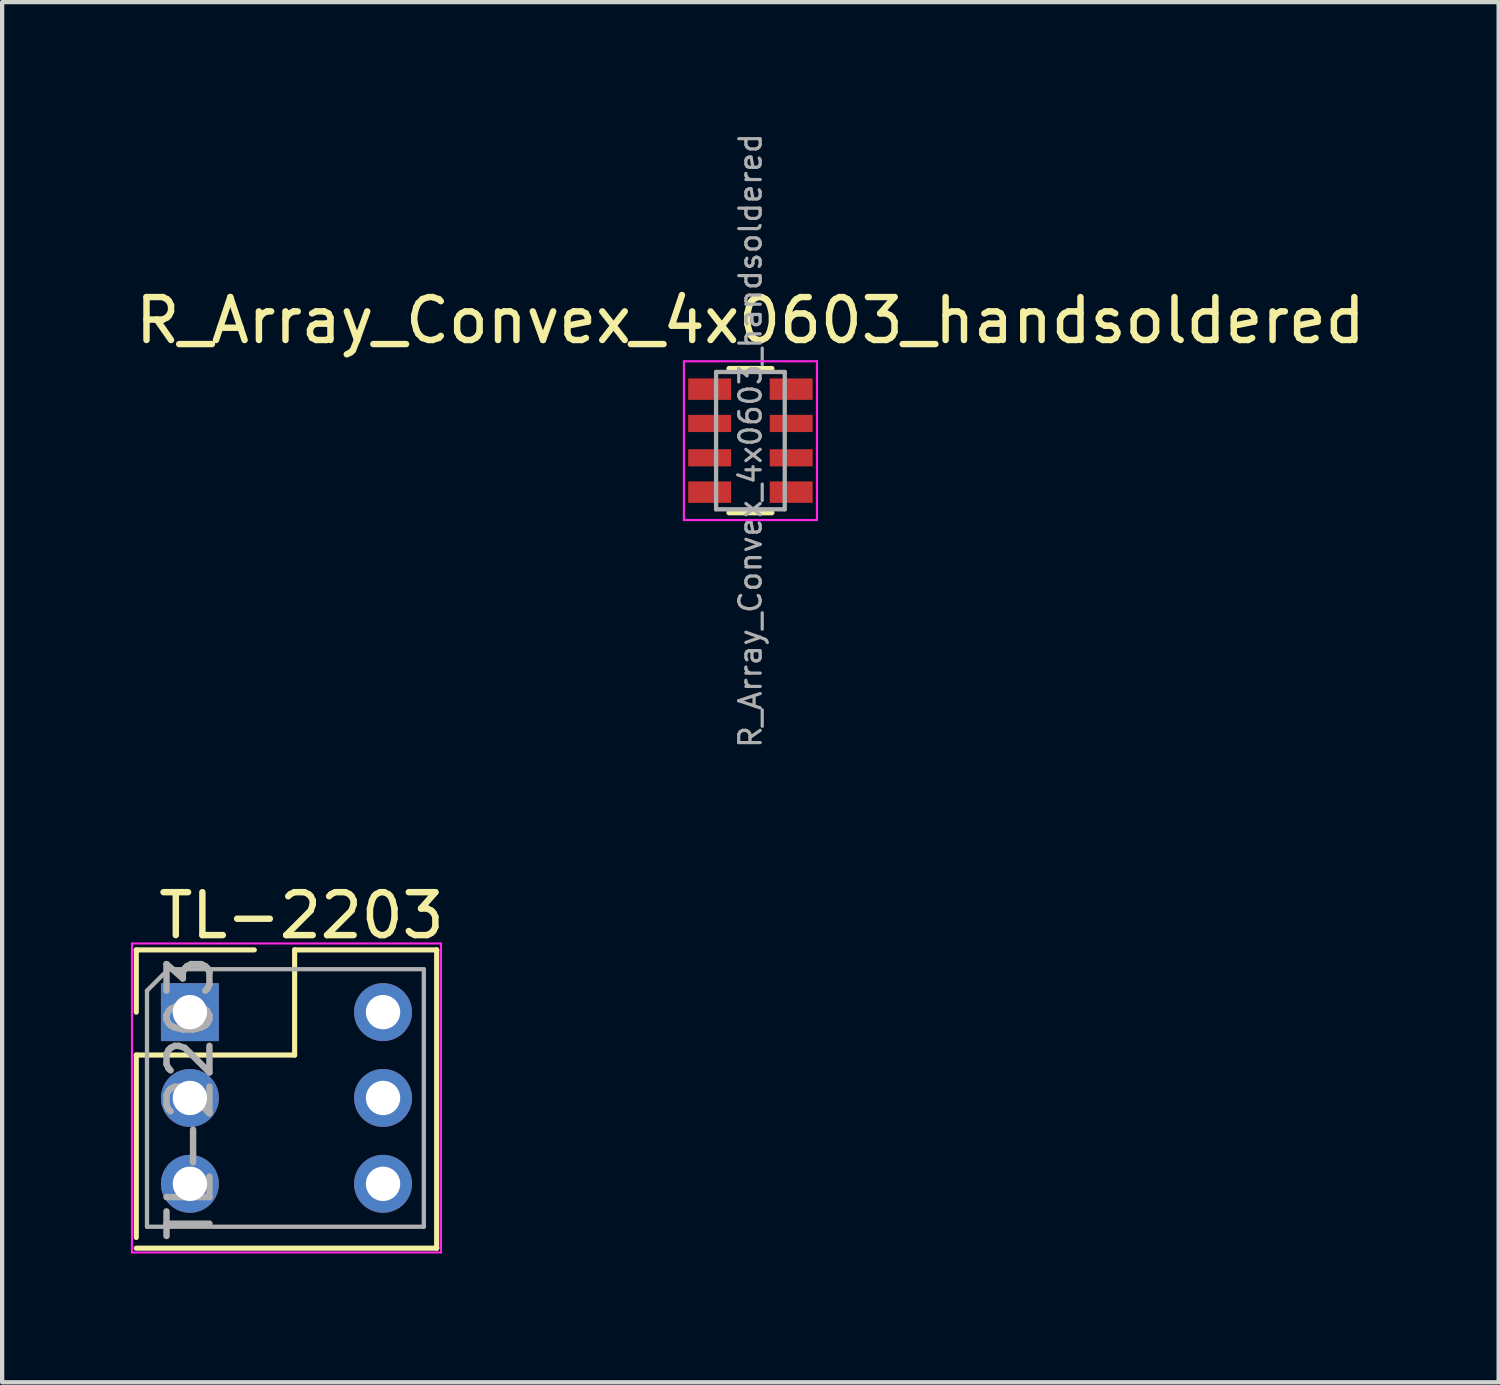
<source format=kicad_pcb>
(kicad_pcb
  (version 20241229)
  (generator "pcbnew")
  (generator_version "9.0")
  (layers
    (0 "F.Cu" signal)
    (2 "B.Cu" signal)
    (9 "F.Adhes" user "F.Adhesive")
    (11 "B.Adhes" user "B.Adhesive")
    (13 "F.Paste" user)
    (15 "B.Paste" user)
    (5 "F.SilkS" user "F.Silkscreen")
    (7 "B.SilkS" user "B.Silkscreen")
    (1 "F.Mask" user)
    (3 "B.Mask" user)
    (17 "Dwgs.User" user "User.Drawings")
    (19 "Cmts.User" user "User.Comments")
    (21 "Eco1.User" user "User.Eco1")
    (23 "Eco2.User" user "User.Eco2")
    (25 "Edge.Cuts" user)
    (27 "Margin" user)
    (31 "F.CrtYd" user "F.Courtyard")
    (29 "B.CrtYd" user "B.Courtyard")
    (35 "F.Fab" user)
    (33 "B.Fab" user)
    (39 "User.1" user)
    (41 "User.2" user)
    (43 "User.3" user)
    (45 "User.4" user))
  (footprint "R_Array_Convex_4x0603_handsoldered"
    (layer "F.Cu")
    (at 14.435 7.217)
    (property "Reference" "R_Array_Convex_4x0603_handsoldered" (at 0 -2.8 0) (layer "F.SilkS") (effects (font (size 1 1) (thickness 0.15))))
    (attr smd)
    (fp_line (start 0.5 -1.68) (end -0.5 -1.68) (stroke (width 0.12) (type solid)) (layer "F.SilkS"))
    (fp_line (start 0.5 1.68) (end -0.5 1.68) (stroke (width 0.12) (type solid)) (layer "F.SilkS"))
    (fp_line (start -1.55 -1.85) (end -1.55 1.85) (stroke (width 0.05) (type solid)) (layer "F.CrtYd"))
    (fp_line (start -1.55 -1.85) (end 1.55 -1.85) (stroke (width 0.05) (type solid)) (layer "F.CrtYd"))
    (fp_line (start 1.55 1.85) (end -1.55 1.85) (stroke (width 0.05) (type solid)) (layer "F.CrtYd"))
    (fp_line (start 1.55 1.85) (end 1.55 -1.85) (stroke (width 0.05) (type solid)) (layer "F.CrtYd"))
    (fp_line (start -0.8 -1.6) (end 0.8 -1.6) (stroke (width 0.1) (type solid)) (layer "F.Fab"))
    (fp_line (start -0.8 1.6) (end -0.8 -1.6) (stroke (width 0.1) (type solid)) (layer "F.Fab"))
    (fp_line (start 0.8 -1.6) (end 0.8 1.6) (stroke (width 0.1) (type solid)) (layer "F.Fab"))
    (fp_line (start 0.8 1.6) (end -0.8 1.6) (stroke (width 0.1) (type solid)) (layer "F.Fab"))
    (fp_text user "${REFERENCE}" (at 0 0 90) (layer "F.Fab") (effects (font (size 0.5 0.5) (thickness 0.075))))
    (pad "1" smd rect (at -0.95 -1.2) (size 1 0.5) (layers "F.Cu" "F.Mask" "F.Paste"))
    (pad "2" smd rect (at -0.95 -0.4) (size 1 0.4) (layers "F.Cu" "F.Mask" "F.Paste"))
    (pad "3" smd rect (at -0.95 0.4) (size 1 0.4) (layers "F.Cu" "F.Mask" "F.Paste"))
    (pad "4" smd rect (at -0.95 1.2) (size 1 0.5) (layers "F.Cu" "F.Mask" "F.Paste"))
    (pad "5" smd rect (at 0.95 1.2) (size 1 0.5) (layers "F.Cu" "F.Mask" "F.Paste"))
    (pad "6" smd rect (at 0.95 0.4) (size 1 0.4) (layers "F.Cu" "F.Mask" "F.Paste"))
    (pad "7" smd rect (at 0.95 -0.4) (size 1 0.4) (layers "F.Cu" "F.Mask" "F.Paste"))
    (pad "8" smd rect (at 0.95 -1.2) (size 1 0.5) (layers "F.Cu" "F.Mask" "F.Paste")))
  (footprint "TL-2203"
    (layer "F.Cu")
    (at 1.375 20.533)
    (property "Reference" "TL-2203" (at 2.6 -2.25 0) (layer "F.SilkS") (effects (font (size 1 1) (thickness 0.15))))
    (attr through_hole)
    (fp_line (start -1.25 -1.45) (end 1.5 -1.45) (stroke (width 0.12) (type solid)) (layer "F.SilkS"))
    (fp_line (start -1.25 0) (end -1.25 -1.45) (stroke (width 0.12) (type solid)) (layer "F.SilkS"))
    (fp_line (start -1.25 1) (end -1.25 5.25) (stroke (width 0.12) (type solid)) (layer "F.SilkS"))
    (fp_line (start -1.25 1) (end 2.44 1) (stroke (width 0.12) (type solid)) (layer "F.SilkS"))
    (fp_line (start -1.25 5.5) (end 5.75 5.5) (stroke (width 0.12) (type solid)) (layer "F.SilkS"))
    (fp_line (start 2.44 -1.45) (end 5.75 -1.45) (stroke (width 0.12) (type solid)) (layer "F.SilkS"))
    (fp_line (start 2.44 1) (end 2.44 -1.45) (stroke (width 0.12) (type solid)) (layer "F.SilkS"))
    (fp_line (start 5.75 -1.45) (end 5.75 5.5) (stroke (width 0.12) (type solid)) (layer "F.SilkS"))
    (fp_line (start -1.35 -1.6) (end -1.35 5.6) (stroke (width 0.05) (type solid)) (layer "F.CrtYd"))
    (fp_line (start -1.35 5.6) (end 5.85 5.6) (stroke (width 0.05) (type solid)) (layer "F.CrtYd"))
    (fp_line (start 5.85 -1.6) (end -1.35 -1.6) (stroke (width 0.05) (type solid)) (layer "F.CrtYd"))
    (fp_line (start 5.85 5.6) (end 5.85 -1.6) (stroke (width 0.05) (type solid)) (layer "F.CrtYd"))
    (fp_line (start -1 -0.5) (end -0.5 -1) (stroke (width 0.1) (type solid)) (layer "F.Fab"))
    (fp_line (start -1 5) (end -1 -0.5) (stroke (width 0.1) (type solid)) (layer "F.Fab"))
    (fp_line (start -0.5 -1) (end 5.45 -1) (stroke (width 0.1) (type solid)) (layer "F.Fab"))
    (fp_line (start 5.45 -1) (end 5.45 5) (stroke (width 0.1) (type solid)) (layer "F.Fab"))
    (fp_line (start 5.45 5) (end -1 5) (stroke (width 0.1) (type solid)) (layer "F.Fab"))
    (fp_text user "${REFERENCE}" (at 0 2 90) (layer "F.Fab") (effects (font (size 1 1) (thickness 0.15))))
    (pad "1" thru_hole rect (at 0 0) (size 1.35 1.35) (drill 0.8) (layers "*.Cu" "*.Mask"))
    (pad "2" thru_hole oval (at 0 2) (size 1.35 1.35) (drill 0.8) (layers "*.Cu" "*.Mask"))
    (pad "3" thru_hole oval (at 0 4) (size 1.35 1.35) (drill 0.8) (layers "*.Cu" "*.Mask"))
    (pad "4" thru_hole oval (at 4.5 0) (size 1.35 1.35) (drill 0.8) (layers "*.Cu" "*.Mask"))
    (pad "5" thru_hole oval (at 4.5 2) (size 1.35 1.35) (drill 0.8) (layers "*.Cu" "*.Mask"))
    (pad "6" thru_hole oval (at 4.5 4) (size 1.35 1.35) (drill 0.8) (layers "*.Cu" "*.Mask")))
  (gr_rect
    (start -3 -3)
    (end 31.869 29.158)
    (stroke (width 0.1) (type default))
    (fill no)
    (layer "Edge.Cuts")))
</source>
